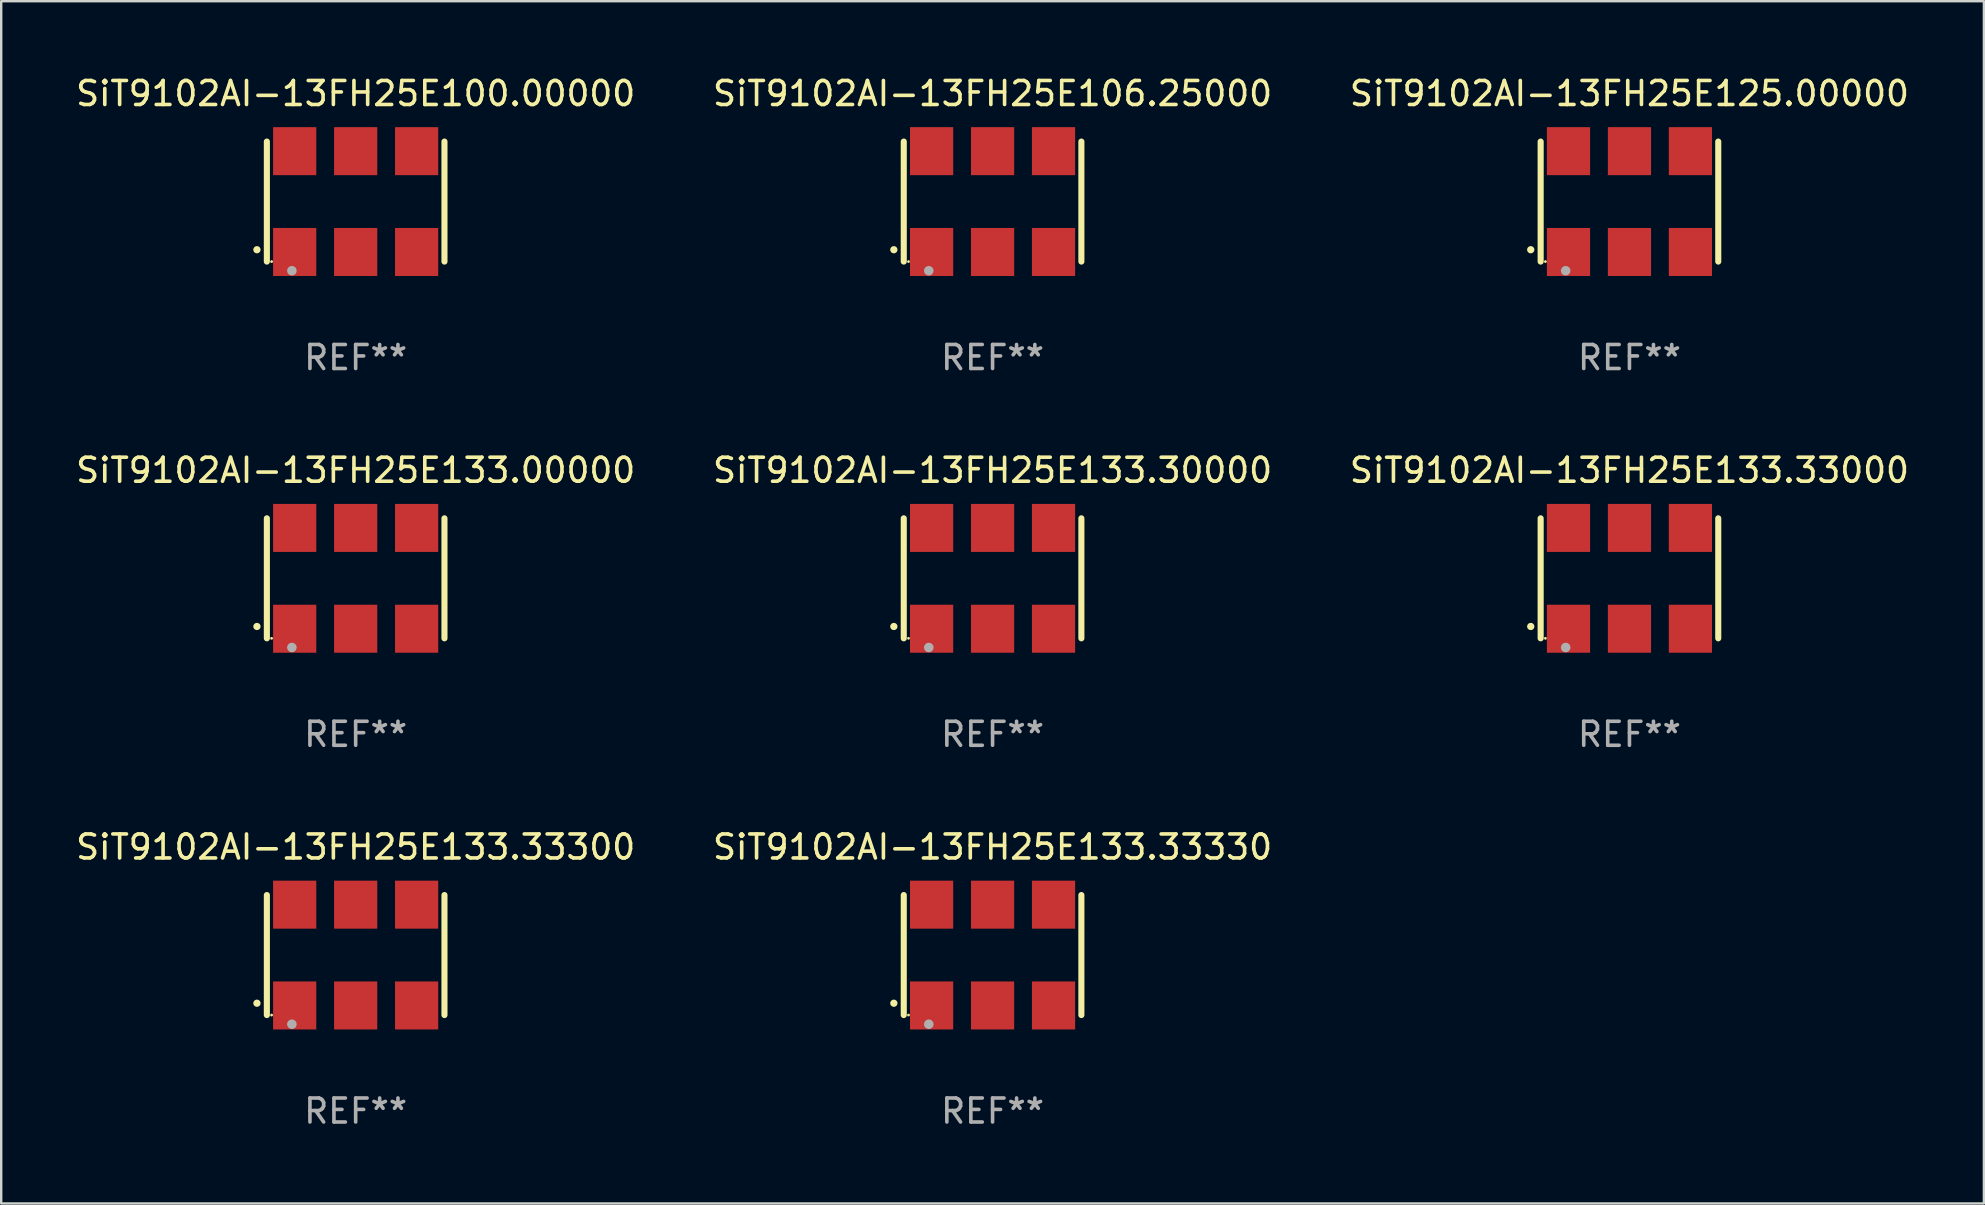
<source format=kicad_pcb>
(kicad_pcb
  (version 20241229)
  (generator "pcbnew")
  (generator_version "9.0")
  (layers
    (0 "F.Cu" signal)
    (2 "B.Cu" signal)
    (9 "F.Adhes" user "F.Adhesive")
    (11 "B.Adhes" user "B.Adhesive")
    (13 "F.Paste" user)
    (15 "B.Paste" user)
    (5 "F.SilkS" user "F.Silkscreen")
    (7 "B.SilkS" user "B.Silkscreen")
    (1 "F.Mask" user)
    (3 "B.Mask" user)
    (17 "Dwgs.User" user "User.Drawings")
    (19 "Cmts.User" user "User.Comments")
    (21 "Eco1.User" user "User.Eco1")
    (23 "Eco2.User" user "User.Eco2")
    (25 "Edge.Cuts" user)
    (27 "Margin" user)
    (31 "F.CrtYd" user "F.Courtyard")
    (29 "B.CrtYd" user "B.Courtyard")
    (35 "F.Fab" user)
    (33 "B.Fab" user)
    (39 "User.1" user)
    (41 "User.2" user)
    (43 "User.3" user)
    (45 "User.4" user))
  (footprint "SiT9102AI-13FH25E106.25000"
    (layer "F.Cu")
    (at 38.304 5.348)
    (property "Reference" "SiT9102AI-13FH25E106.25000" (at 0 -4.5 0) (layer "F.SilkS") (effects (font (size 1 1) (thickness 0.15))))
    (attr through_hole)
    (fp_line (start -3.7 -2.5) (end -3.7 2.5) (stroke (width 0.254) (type solid)) (layer "F.SilkS"))
    (fp_line (start 3.7 -2.5) (end 3.7 2.5) (stroke (width 0.254) (type solid)) (layer "F.SilkS"))
    (fp_arc (start -4.114415 2.006604) (mid -4.113145 2.006599) (end -4.111875 2.006604) (stroke (width 0.3) (type solid)) (layer "F.SilkS"))
    (fp_circle (center -3.502 2.5) (end -3.472 2.5) (stroke (width 0.06) (type solid)) (fill no) (layer "F.SilkS"))
    (fp_circle (center -2.657 2.882) (end -2.557 2.882) (stroke (width 0.2) (type solid)) (fill no) (layer "F.Fab"))
    (fp_text user "REF**" (at 0 6.5 0) (layer "F.Fab") (effects (font (size 1 1) (thickness 0.15))))
    (pad "1" smd rect (at -2.54 2.1) (size 1.8 2) (layers "F.Cu" "F.Mask" "F.Paste"))
    (pad "2" smd rect (at 0.000394 2.1) (size 1.8 2) (layers "F.Cu" "F.Mask" "F.Paste"))
    (pad "3" smd rect (at 2.54 2.1) (size 1.8 2) (layers "F.Cu" "F.Mask" "F.Paste"))
    (pad "4" smd rect (at 2.54 -2.1) (size 1.8 2) (layers "F.Cu" "F.Mask" "F.Paste"))
    (pad "5" smd rect (at 0.000394 -2.1) (size 1.8 2) (layers "F.Cu" "F.Mask" "F.Paste"))
    (pad "6" smd rect (at -2.54 -2.1) (size 1.8 2) (layers "F.Cu" "F.Mask" "F.Paste")))
  (footprint "SiT9102AI-13FH25E125.00000"
    (layer "F.Cu")
    (at 64.839 5.348)
    (property "Reference" "SiT9102AI-13FH25E125.00000" (at 0 -4.5 0) (layer "F.SilkS") (effects (font (size 1 1) (thickness 0.15))))
    (attr through_hole)
    (fp_line (start -3.7 -2.5) (end -3.7 2.5) (stroke (width 0.254) (type solid)) (layer "F.SilkS"))
    (fp_line (start 3.7 -2.5) (end 3.7 2.5) (stroke (width 0.254) (type solid)) (layer "F.SilkS"))
    (fp_arc (start -4.114415 2.006604) (mid -4.113145 2.006599) (end -4.111875 2.006604) (stroke (width 0.3) (type solid)) (layer "F.SilkS"))
    (fp_circle (center -3.502 2.5) (end -3.472 2.5) (stroke (width 0.06) (type solid)) (fill no) (layer "F.SilkS"))
    (fp_circle (center -2.657 2.882) (end -2.557 2.882) (stroke (width 0.2) (type solid)) (fill no) (layer "F.Fab"))
    (fp_text user "REF**" (at 0 6.5 0) (layer "F.Fab") (effects (font (size 1 1) (thickness 0.15))))
    (pad "1" smd rect (at -2.54 2.1) (size 1.8 2) (layers "F.Cu" "F.Mask" "F.Paste"))
    (pad "2" smd rect (at 0.000394 2.1) (size 1.8 2) (layers "F.Cu" "F.Mask" "F.Paste"))
    (pad "3" smd rect (at 2.54 2.1) (size 1.8 2) (layers "F.Cu" "F.Mask" "F.Paste"))
    (pad "4" smd rect (at 2.54 -2.1) (size 1.8 2) (layers "F.Cu" "F.Mask" "F.Paste"))
    (pad "5" smd rect (at 0.000394 -2.1) (size 1.8 2) (layers "F.Cu" "F.Mask" "F.Paste"))
    (pad "6" smd rect (at -2.54 -2.1) (size 1.8 2) (layers "F.Cu" "F.Mask" "F.Paste")))
  (footprint "SiT9102AI-13FH25E133.33300"
    (layer "F.Cu")
    (at 11.768 36.741)
    (property "Reference" "SiT9102AI-13FH25E133.33300" (at 0 -4.5 0) (layer "F.SilkS") (effects (font (size 1 1) (thickness 0.15))))
    (attr through_hole)
    (fp_line (start -3.7 -2.5) (end -3.7 2.5) (stroke (width 0.254) (type solid)) (layer "F.SilkS"))
    (fp_line (start 3.7 -2.5) (end 3.7 2.5) (stroke (width 0.254) (type solid)) (layer "F.SilkS"))
    (fp_arc (start -4.114415 2.006604) (mid -4.113145 2.006599) (end -4.111875 2.006604) (stroke (width 0.3) (type solid)) (layer "F.SilkS"))
    (fp_circle (center -3.502 2.5) (end -3.472 2.5) (stroke (width 0.06) (type solid)) (fill no) (layer "F.SilkS"))
    (fp_circle (center -2.657 2.882) (end -2.557 2.882) (stroke (width 0.2) (type solid)) (fill no) (layer "F.Fab"))
    (fp_text user "REF**" (at 0 6.5 0) (layer "F.Fab") (effects (font (size 1 1) (thickness 0.15))))
    (pad "1" smd rect (at -2.54 2.1) (size 1.8 2) (layers "F.Cu" "F.Mask" "F.Paste"))
    (pad "2" smd rect (at 0.000394 2.1) (size 1.8 2) (layers "F.Cu" "F.Mask" "F.Paste"))
    (pad "3" smd rect (at 2.54 2.1) (size 1.8 2) (layers "F.Cu" "F.Mask" "F.Paste"))
    (pad "4" smd rect (at 2.54 -2.1) (size 1.8 2) (layers "F.Cu" "F.Mask" "F.Paste"))
    (pad "5" smd rect (at 0.000394 -2.1) (size 1.8 2) (layers "F.Cu" "F.Mask" "F.Paste"))
    (pad "6" smd rect (at -2.54 -2.1) (size 1.8 2) (layers "F.Cu" "F.Mask" "F.Paste")))
  (footprint "SiT9102AI-13FH25E133.33000"
    (layer "F.Cu")
    (at 64.839 21.045)
    (property "Reference" "SiT9102AI-13FH25E133.33000" (at 0 -4.5 0) (layer "F.SilkS") (effects (font (size 1 1) (thickness 0.15))))
    (attr through_hole)
    (fp_line (start -3.7 -2.5) (end -3.7 2.5) (stroke (width 0.254) (type solid)) (layer "F.SilkS"))
    (fp_line (start 3.7 -2.5) (end 3.7 2.5) (stroke (width 0.254) (type solid)) (layer "F.SilkS"))
    (fp_arc (start -4.114415 2.006604) (mid -4.113145 2.006599) (end -4.111875 2.006604) (stroke (width 0.3) (type solid)) (layer "F.SilkS"))
    (fp_circle (center -3.502 2.5) (end -3.472 2.5) (stroke (width 0.06) (type solid)) (fill no) (layer "F.SilkS"))
    (fp_circle (center -2.657 2.882) (end -2.557 2.882) (stroke (width 0.2) (type solid)) (fill no) (layer "F.Fab"))
    (fp_text user "REF**" (at 0 6.5 0) (layer "F.Fab") (effects (font (size 1 1) (thickness 0.15))))
    (pad "1" smd rect (at -2.54 2.1) (size 1.8 2) (layers "F.Cu" "F.Mask" "F.Paste"))
    (pad "2" smd rect (at 0.000394 2.1) (size 1.8 2) (layers "F.Cu" "F.Mask" "F.Paste"))
    (pad "3" smd rect (at 2.54 2.1) (size 1.8 2) (layers "F.Cu" "F.Mask" "F.Paste"))
    (pad "4" smd rect (at 2.54 -2.1) (size 1.8 2) (layers "F.Cu" "F.Mask" "F.Paste"))
    (pad "5" smd rect (at 0.000394 -2.1) (size 1.8 2) (layers "F.Cu" "F.Mask" "F.Paste"))
    (pad "6" smd rect (at -2.54 -2.1) (size 1.8 2) (layers "F.Cu" "F.Mask" "F.Paste")))
  (footprint "SiT9102AI-13FH25E133.30000"
    (layer "F.Cu")
    (at 38.304 21.045)
    (property "Reference" "SiT9102AI-13FH25E133.30000" (at 0 -4.5 0) (layer "F.SilkS") (effects (font (size 1 1) (thickness 0.15))))
    (attr through_hole)
    (fp_line (start -3.7 -2.5) (end -3.7 2.5) (stroke (width 0.254) (type solid)) (layer "F.SilkS"))
    (fp_line (start 3.7 -2.5) (end 3.7 2.5) (stroke (width 0.254) (type solid)) (layer "F.SilkS"))
    (fp_arc (start -4.114415 2.006604) (mid -4.113145 2.006599) (end -4.111875 2.006604) (stroke (width 0.3) (type solid)) (layer "F.SilkS"))
    (fp_circle (center -3.502 2.5) (end -3.472 2.5) (stroke (width 0.06) (type solid)) (fill no) (layer "F.SilkS"))
    (fp_circle (center -2.657 2.882) (end -2.557 2.882) (stroke (width 0.2) (type solid)) (fill no) (layer "F.Fab"))
    (fp_text user "REF**" (at 0 6.5 0) (layer "F.Fab") (effects (font (size 1 1) (thickness 0.15))))
    (pad "1" smd rect (at -2.54 2.1) (size 1.8 2) (layers "F.Cu" "F.Mask" "F.Paste"))
    (pad "2" smd rect (at 0.000394 2.1) (size 1.8 2) (layers "F.Cu" "F.Mask" "F.Paste"))
    (pad "3" smd rect (at 2.54 2.1) (size 1.8 2) (layers "F.Cu" "F.Mask" "F.Paste"))
    (pad "4" smd rect (at 2.54 -2.1) (size 1.8 2) (layers "F.Cu" "F.Mask" "F.Paste"))
    (pad "5" smd rect (at 0.000394 -2.1) (size 1.8 2) (layers "F.Cu" "F.Mask" "F.Paste"))
    (pad "6" smd rect (at -2.54 -2.1) (size 1.8 2) (layers "F.Cu" "F.Mask" "F.Paste")))
  (footprint "SiT9102AI-13FH25E133.33330"
    (layer "F.Cu")
    (at 38.304 36.741)
    (property "Reference" "SiT9102AI-13FH25E133.33330" (at 0 -4.5 0) (layer "F.SilkS") (effects (font (size 1 1) (thickness 0.15))))
    (attr through_hole)
    (fp_line (start -3.7 -2.5) (end -3.7 2.5) (stroke (width 0.254) (type solid)) (layer "F.SilkS"))
    (fp_line (start 3.7 -2.5) (end 3.7 2.5) (stroke (width 0.254) (type solid)) (layer "F.SilkS"))
    (fp_arc (start -4.114415 2.006604) (mid -4.113145 2.006599) (end -4.111875 2.006604) (stroke (width 0.3) (type solid)) (layer "F.SilkS"))
    (fp_circle (center -3.502 2.5) (end -3.472 2.5) (stroke (width 0.06) (type solid)) (fill no) (layer "F.SilkS"))
    (fp_circle (center -2.657 2.882) (end -2.557 2.882) (stroke (width 0.2) (type solid)) (fill no) (layer "F.Fab"))
    (fp_text user "REF**" (at 0 6.5 0) (layer "F.Fab") (effects (font (size 1 1) (thickness 0.15))))
    (pad "1" smd rect (at -2.54 2.1) (size 1.8 2) (layers "F.Cu" "F.Mask" "F.Paste"))
    (pad "2" smd rect (at 0.000394 2.1) (size 1.8 2) (layers "F.Cu" "F.Mask" "F.Paste"))
    (pad "3" smd rect (at 2.54 2.1) (size 1.8 2) (layers "F.Cu" "F.Mask" "F.Paste"))
    (pad "4" smd rect (at 2.54 -2.1) (size 1.8 2) (layers "F.Cu" "F.Mask" "F.Paste"))
    (pad "5" smd rect (at 0.000394 -2.1) (size 1.8 2) (layers "F.Cu" "F.Mask" "F.Paste"))
    (pad "6" smd rect (at -2.54 -2.1) (size 1.8 2) (layers "F.Cu" "F.Mask" "F.Paste")))
  (footprint "SiT9102AI-13FH25E133.00000"
    (layer "F.Cu")
    (at 11.768 21.045)
    (property "Reference" "SiT9102AI-13FH25E133.00000" (at 0 -4.5 0) (layer "F.SilkS") (effects (font (size 1 1) (thickness 0.15))))
    (attr through_hole)
    (fp_line (start -3.7 -2.5) (end -3.7 2.5) (stroke (width 0.254) (type solid)) (layer "F.SilkS"))
    (fp_line (start 3.7 -2.5) (end 3.7 2.5) (stroke (width 0.254) (type solid)) (layer "F.SilkS"))
    (fp_arc (start -4.114415 2.006604) (mid -4.113145 2.006599) (end -4.111875 2.006604) (stroke (width 0.3) (type solid)) (layer "F.SilkS"))
    (fp_circle (center -3.502 2.5) (end -3.472 2.5) (stroke (width 0.06) (type solid)) (fill no) (layer "F.SilkS"))
    (fp_circle (center -2.657 2.882) (end -2.557 2.882) (stroke (width 0.2) (type solid)) (fill no) (layer "F.Fab"))
    (fp_text user "REF**" (at 0 6.5 0) (layer "F.Fab") (effects (font (size 1 1) (thickness 0.15))))
    (pad "1" smd rect (at -2.54 2.1) (size 1.8 2) (layers "F.Cu" "F.Mask" "F.Paste"))
    (pad "2" smd rect (at 0.000394 2.1) (size 1.8 2) (layers "F.Cu" "F.Mask" "F.Paste"))
    (pad "3" smd rect (at 2.54 2.1) (size 1.8 2) (layers "F.Cu" "F.Mask" "F.Paste"))
    (pad "4" smd rect (at 2.54 -2.1) (size 1.8 2) (layers "F.Cu" "F.Mask" "F.Paste"))
    (pad "5" smd rect (at 0.000394 -2.1) (size 1.8 2) (layers "F.Cu" "F.Mask" "F.Paste"))
    (pad "6" smd rect (at -2.54 -2.1) (size 1.8 2) (layers "F.Cu" "F.Mask" "F.Paste")))
  (footprint "SiT9102AI-13FH25E100.00000"
    (layer "F.Cu")
    (at 11.768 5.348)
    (property "Reference" "SiT9102AI-13FH25E100.00000" (at 0 -4.5 0) (layer "F.SilkS") (effects (font (size 1 1) (thickness 0.15))))
    (attr through_hole)
    (fp_line (start -3.7 -2.5) (end -3.7 2.5) (stroke (width 0.254) (type solid)) (layer "F.SilkS"))
    (fp_line (start 3.7 -2.5) (end 3.7 2.5) (stroke (width 0.254) (type solid)) (layer "F.SilkS"))
    (fp_arc (start -4.114415 2.006604) (mid -4.113145 2.006599) (end -4.111875 2.006604) (stroke (width 0.3) (type solid)) (layer "F.SilkS"))
    (fp_circle (center -3.502 2.5) (end -3.472 2.5) (stroke (width 0.06) (type solid)) (fill no) (layer "F.SilkS"))
    (fp_circle (center -2.657 2.882) (end -2.557 2.882) (stroke (width 0.2) (type solid)) (fill no) (layer "F.Fab"))
    (fp_text user "REF**" (at 0 6.5 0) (layer "F.Fab") (effects (font (size 1 1) (thickness 0.15))))
    (pad "1" smd rect (at -2.54 2.1) (size 1.8 2) (layers "F.Cu" "F.Mask" "F.Paste"))
    (pad "2" smd rect (at 0.000394 2.1) (size 1.8 2) (layers "F.Cu" "F.Mask" "F.Paste"))
    (pad "3" smd rect (at 2.54 2.1) (size 1.8 2) (layers "F.Cu" "F.Mask" "F.Paste"))
    (pad "4" smd rect (at 2.54 -2.1) (size 1.8 2) (layers "F.Cu" "F.Mask" "F.Paste"))
    (pad "5" smd rect (at 0.000394 -2.1) (size 1.8 2) (layers "F.Cu" "F.Mask" "F.Paste"))
    (pad "6" smd rect (at -2.54 -2.1) (size 1.8 2) (layers "F.Cu" "F.Mask" "F.Paste")))
  (gr_rect
    (start -3 -3)
    (end 79.607 47.09)
    (stroke (width 0.1) (type default))
    (fill no)
    (layer "Edge.Cuts")))
</source>
